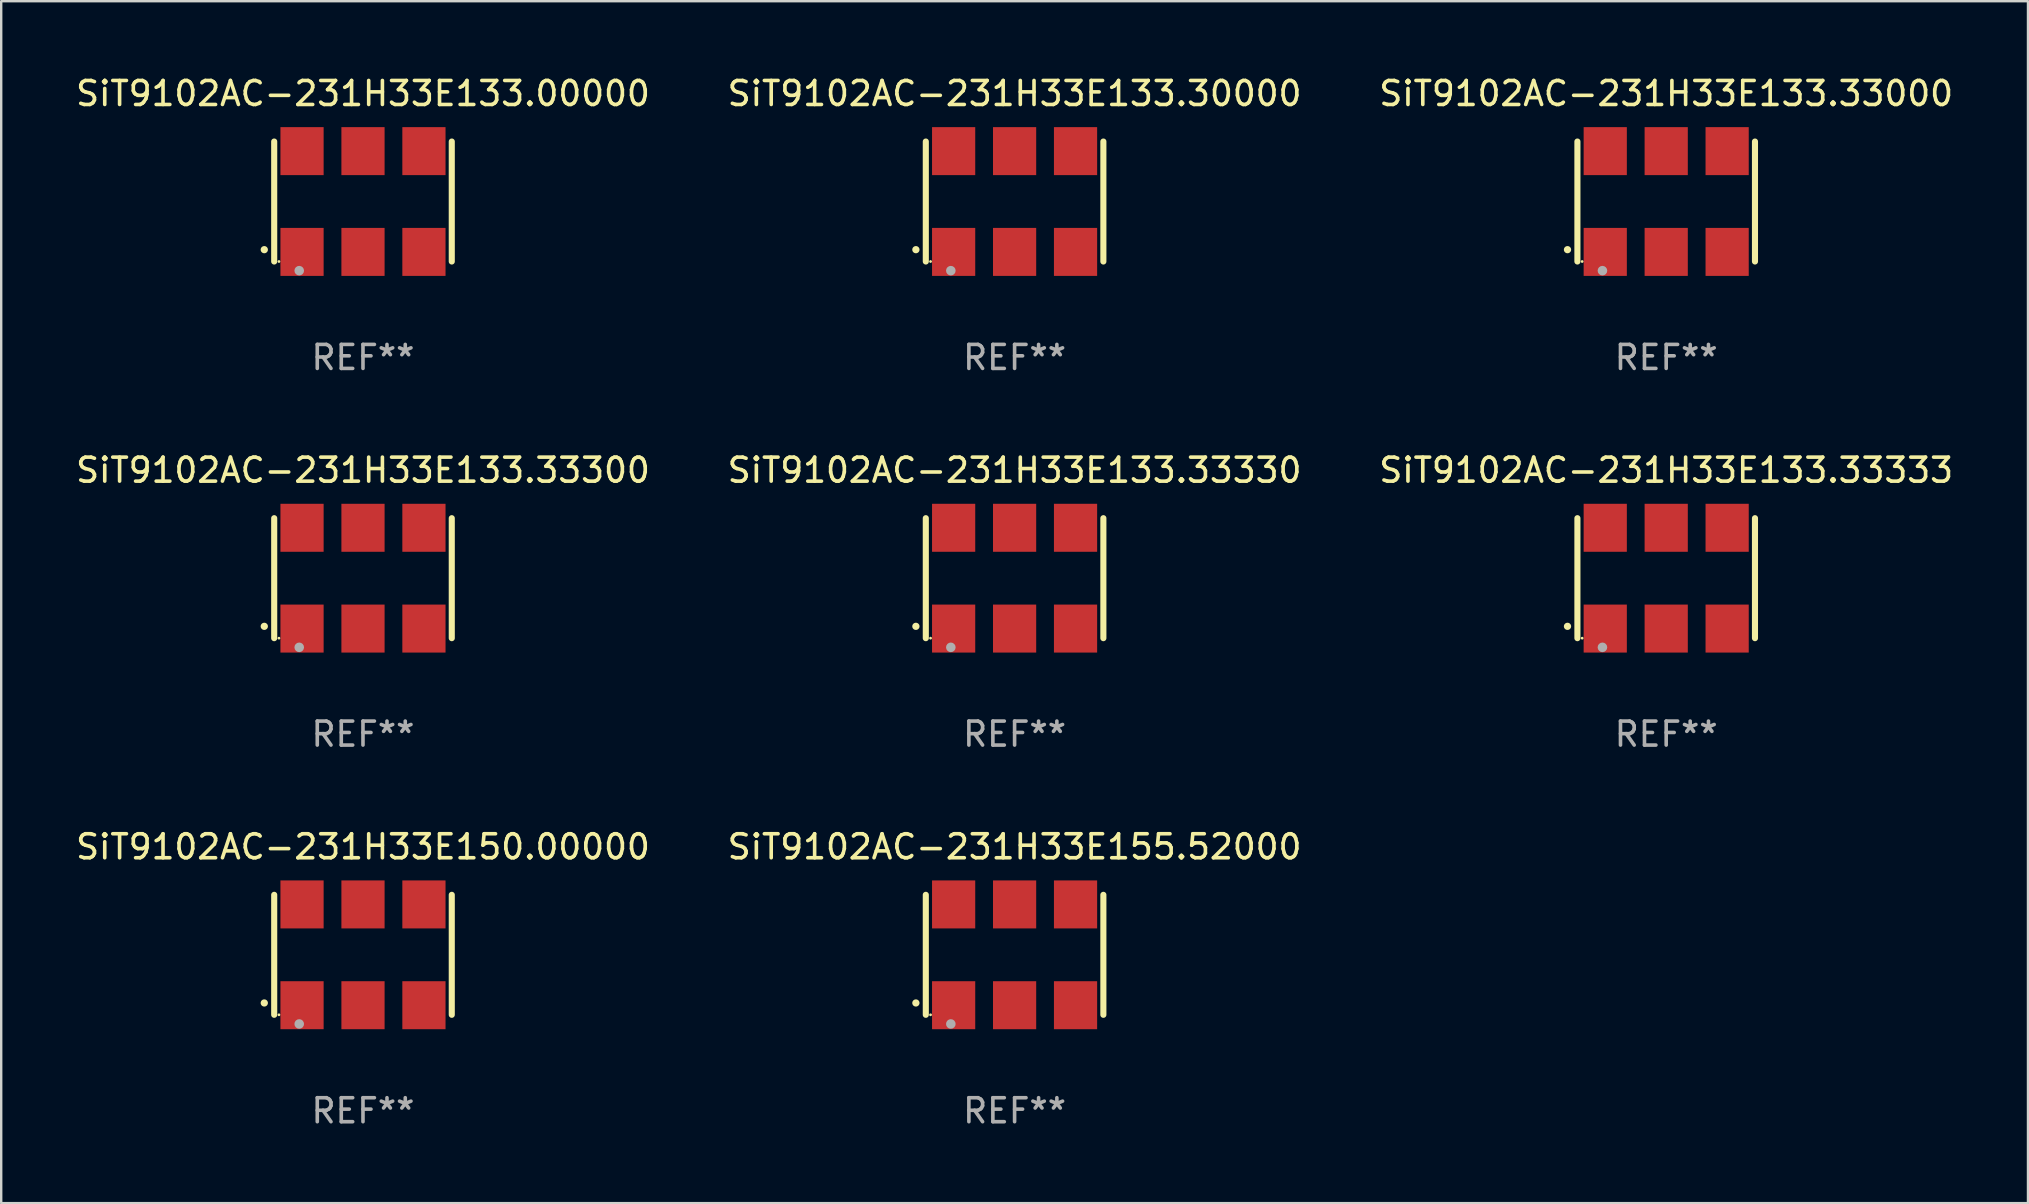
<source format=kicad_pcb>
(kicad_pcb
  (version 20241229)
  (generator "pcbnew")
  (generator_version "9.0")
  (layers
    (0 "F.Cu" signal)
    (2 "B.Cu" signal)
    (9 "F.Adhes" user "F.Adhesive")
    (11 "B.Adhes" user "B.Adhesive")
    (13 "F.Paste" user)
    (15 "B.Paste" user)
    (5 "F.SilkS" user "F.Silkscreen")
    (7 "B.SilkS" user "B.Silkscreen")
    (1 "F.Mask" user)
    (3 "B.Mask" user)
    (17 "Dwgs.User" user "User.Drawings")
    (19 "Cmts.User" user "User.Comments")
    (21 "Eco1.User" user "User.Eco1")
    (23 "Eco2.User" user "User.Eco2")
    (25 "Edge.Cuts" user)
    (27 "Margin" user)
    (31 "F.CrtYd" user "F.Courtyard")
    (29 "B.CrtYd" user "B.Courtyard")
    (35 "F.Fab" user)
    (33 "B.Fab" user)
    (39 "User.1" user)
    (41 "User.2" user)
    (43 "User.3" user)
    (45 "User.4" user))
  (footprint "SiT9102AC-231H33E133.33300"
    (layer "F.Cu")
    (at 12.077 21.045)
    (property "Reference" "SiT9102AC-231H33E133.33300" (at 0 -4.5 0) (layer "F.SilkS") (effects (font (size 1 1) (thickness 0.15))))
    (attr through_hole)
    (fp_line (start -3.7 -2.5) (end -3.7 2.5) (stroke (width 0.254) (type solid)) (layer "F.SilkS"))
    (fp_line (start 3.7 -2.5) (end 3.7 2.5) (stroke (width 0.254) (type solid)) (layer "F.SilkS"))
    (fp_arc (start -4.114415 2.006604) (mid -4.113145 2.006599) (end -4.111875 2.006604) (stroke (width 0.3) (type solid)) (layer "F.SilkS"))
    (fp_circle (center -3.502 2.5) (end -3.472 2.5) (stroke (width 0.06) (type solid)) (fill no) (layer "F.SilkS"))
    (fp_circle (center -2.657 2.882) (end -2.557 2.882) (stroke (width 0.2) (type solid)) (fill no) (layer "F.Fab"))
    (fp_text user "REF**" (at 0 6.5 0) (layer "F.Fab") (effects (font (size 1 1) (thickness 0.15))))
    (pad "1" smd rect (at -2.54 2.1) (size 1.8 2) (layers "F.Cu" "F.Mask" "F.Paste"))
    (pad "2" smd rect (at 0.000394 2.1) (size 1.8 2) (layers "F.Cu" "F.Mask" "F.Paste"))
    (pad "3" smd rect (at 2.54 2.1) (size 1.8 2) (layers "F.Cu" "F.Mask" "F.Paste"))
    (pad "4" smd rect (at 2.54 -2.1) (size 1.8 2) (layers "F.Cu" "F.Mask" "F.Paste"))
    (pad "5" smd rect (at 0.000394 -2.1) (size 1.8 2) (layers "F.Cu" "F.Mask" "F.Paste"))
    (pad "6" smd rect (at -2.54 -2.1) (size 1.8 2) (layers "F.Cu" "F.Mask" "F.Paste")))
  (footprint "SiT9102AC-231H33E155.52000"
    (layer "F.Cu")
    (at 39.232 36.741)
    (property "Reference" "SiT9102AC-231H33E155.52000" (at 0 -4.5 0) (layer "F.SilkS") (effects (font (size 1 1) (thickness 0.15))))
    (attr through_hole)
    (fp_line (start -3.7 -2.5) (end -3.7 2.5) (stroke (width 0.254) (type solid)) (layer "F.SilkS"))
    (fp_line (start 3.7 -2.5) (end 3.7 2.5) (stroke (width 0.254) (type solid)) (layer "F.SilkS"))
    (fp_arc (start -4.114415 2.006604) (mid -4.113145 2.006599) (end -4.111875 2.006604) (stroke (width 0.3) (type solid)) (layer "F.SilkS"))
    (fp_circle (center -3.502 2.5) (end -3.472 2.5) (stroke (width 0.06) (type solid)) (fill no) (layer "F.SilkS"))
    (fp_circle (center -2.657 2.882) (end -2.557 2.882) (stroke (width 0.2) (type solid)) (fill no) (layer "F.Fab"))
    (fp_text user "REF**" (at 0 6.5 0) (layer "F.Fab") (effects (font (size 1 1) (thickness 0.15))))
    (pad "1" smd rect (at -2.54 2.1) (size 1.8 2) (layers "F.Cu" "F.Mask" "F.Paste"))
    (pad "2" smd rect (at 0.000394 2.1) (size 1.8 2) (layers "F.Cu" "F.Mask" "F.Paste"))
    (pad "3" smd rect (at 2.54 2.1) (size 1.8 2) (layers "F.Cu" "F.Mask" "F.Paste"))
    (pad "4" smd rect (at 2.54 -2.1) (size 1.8 2) (layers "F.Cu" "F.Mask" "F.Paste"))
    (pad "5" smd rect (at 0.000394 -2.1) (size 1.8 2) (layers "F.Cu" "F.Mask" "F.Paste"))
    (pad "6" smd rect (at -2.54 -2.1) (size 1.8 2) (layers "F.Cu" "F.Mask" "F.Paste")))
  (footprint "SiT9102AC-231H33E133.00000"
    (layer "F.Cu")
    (at 12.077 5.348)
    (property "Reference" "SiT9102AC-231H33E133.00000" (at 0 -4.5 0) (layer "F.SilkS") (effects (font (size 1 1) (thickness 0.15))))
    (attr through_hole)
    (fp_line (start -3.7 -2.5) (end -3.7 2.5) (stroke (width 0.254) (type solid)) (layer "F.SilkS"))
    (fp_line (start 3.7 -2.5) (end 3.7 2.5) (stroke (width 0.254) (type solid)) (layer "F.SilkS"))
    (fp_arc (start -4.114415 2.006604) (mid -4.113145 2.006599) (end -4.111875 2.006604) (stroke (width 0.3) (type solid)) (layer "F.SilkS"))
    (fp_circle (center -3.502 2.5) (end -3.472 2.5) (stroke (width 0.06) (type solid)) (fill no) (layer "F.SilkS"))
    (fp_circle (center -2.657 2.882) (end -2.557 2.882) (stroke (width 0.2) (type solid)) (fill no) (layer "F.Fab"))
    (fp_text user "REF**" (at 0 6.5 0) (layer "F.Fab") (effects (font (size 1 1) (thickness 0.15))))
    (pad "1" smd rect (at -2.54 2.1) (size 1.8 2) (layers "F.Cu" "F.Mask" "F.Paste"))
    (pad "2" smd rect (at 0.000394 2.1) (size 1.8 2) (layers "F.Cu" "F.Mask" "F.Paste"))
    (pad "3" smd rect (at 2.54 2.1) (size 1.8 2) (layers "F.Cu" "F.Mask" "F.Paste"))
    (pad "4" smd rect (at 2.54 -2.1) (size 1.8 2) (layers "F.Cu" "F.Mask" "F.Paste"))
    (pad "5" smd rect (at 0.000394 -2.1) (size 1.8 2) (layers "F.Cu" "F.Mask" "F.Paste"))
    (pad "6" smd rect (at -2.54 -2.1) (size 1.8 2) (layers "F.Cu" "F.Mask" "F.Paste")))
  (footprint "SiT9102AC-231H33E133.33000"
    (layer "F.Cu")
    (at 66.387 5.348)
    (property "Reference" "SiT9102AC-231H33E133.33000" (at 0 -4.5 0) (layer "F.SilkS") (effects (font (size 1 1) (thickness 0.15))))
    (attr through_hole)
    (fp_line (start -3.7 -2.5) (end -3.7 2.5) (stroke (width 0.254) (type solid)) (layer "F.SilkS"))
    (fp_line (start 3.7 -2.5) (end 3.7 2.5) (stroke (width 0.254) (type solid)) (layer "F.SilkS"))
    (fp_arc (start -4.114415 2.006604) (mid -4.113145 2.006599) (end -4.111875 2.006604) (stroke (width 0.3) (type solid)) (layer "F.SilkS"))
    (fp_circle (center -3.502 2.5) (end -3.472 2.5) (stroke (width 0.06) (type solid)) (fill no) (layer "F.SilkS"))
    (fp_circle (center -2.657 2.882) (end -2.557 2.882) (stroke (width 0.2) (type solid)) (fill no) (layer "F.Fab"))
    (fp_text user "REF**" (at 0 6.5 0) (layer "F.Fab") (effects (font (size 1 1) (thickness 0.15))))
    (pad "1" smd rect (at -2.54 2.1) (size 1.8 2) (layers "F.Cu" "F.Mask" "F.Paste"))
    (pad "2" smd rect (at 0.000394 2.1) (size 1.8 2) (layers "F.Cu" "F.Mask" "F.Paste"))
    (pad "3" smd rect (at 2.54 2.1) (size 1.8 2) (layers "F.Cu" "F.Mask" "F.Paste"))
    (pad "4" smd rect (at 2.54 -2.1) (size 1.8 2) (layers "F.Cu" "F.Mask" "F.Paste"))
    (pad "5" smd rect (at 0.000394 -2.1) (size 1.8 2) (layers "F.Cu" "F.Mask" "F.Paste"))
    (pad "6" smd rect (at -2.54 -2.1) (size 1.8 2) (layers "F.Cu" "F.Mask" "F.Paste")))
  (footprint "SiT9102AC-231H33E150.00000"
    (layer "F.Cu")
    (at 12.077 36.741)
    (property "Reference" "SiT9102AC-231H33E150.00000" (at 0 -4.5 0) (layer "F.SilkS") (effects (font (size 1 1) (thickness 0.15))))
    (attr through_hole)
    (fp_line (start -3.7 -2.5) (end -3.7 2.5) (stroke (width 0.254) (type solid)) (layer "F.SilkS"))
    (fp_line (start 3.7 -2.5) (end 3.7 2.5) (stroke (width 0.254) (type solid)) (layer "F.SilkS"))
    (fp_arc (start -4.114415 2.006604) (mid -4.113145 2.006599) (end -4.111875 2.006604) (stroke (width 0.3) (type solid)) (layer "F.SilkS"))
    (fp_circle (center -3.502 2.5) (end -3.472 2.5) (stroke (width 0.06) (type solid)) (fill no) (layer "F.SilkS"))
    (fp_circle (center -2.657 2.882) (end -2.557 2.882) (stroke (width 0.2) (type solid)) (fill no) (layer "F.Fab"))
    (fp_text user "REF**" (at 0 6.5 0) (layer "F.Fab") (effects (font (size 1 1) (thickness 0.15))))
    (pad "1" smd rect (at -2.54 2.1) (size 1.8 2) (layers "F.Cu" "F.Mask" "F.Paste"))
    (pad "2" smd rect (at 0.000394 2.1) (size 1.8 2) (layers "F.Cu" "F.Mask" "F.Paste"))
    (pad "3" smd rect (at 2.54 2.1) (size 1.8 2) (layers "F.Cu" "F.Mask" "F.Paste"))
    (pad "4" smd rect (at 2.54 -2.1) (size 1.8 2) (layers "F.Cu" "F.Mask" "F.Paste"))
    (pad "5" smd rect (at 0.000394 -2.1) (size 1.8 2) (layers "F.Cu" "F.Mask" "F.Paste"))
    (pad "6" smd rect (at -2.54 -2.1) (size 1.8 2) (layers "F.Cu" "F.Mask" "F.Paste")))
  (footprint "SiT9102AC-231H33E133.33333"
    (layer "F.Cu")
    (at 66.387 21.045)
    (property "Reference" "SiT9102AC-231H33E133.33333" (at 0 -4.5 0) (layer "F.SilkS") (effects (font (size 1 1) (thickness 0.15))))
    (attr through_hole)
    (fp_line (start -3.7 -2.5) (end -3.7 2.5) (stroke (width 0.254) (type solid)) (layer "F.SilkS"))
    (fp_line (start 3.7 -2.5) (end 3.7 2.5) (stroke (width 0.254) (type solid)) (layer "F.SilkS"))
    (fp_arc (start -4.114415 2.006604) (mid -4.113145 2.006599) (end -4.111875 2.006604) (stroke (width 0.3) (type solid)) (layer "F.SilkS"))
    (fp_circle (center -3.502 2.5) (end -3.472 2.5) (stroke (width 0.06) (type solid)) (fill no) (layer "F.SilkS"))
    (fp_circle (center -2.657 2.882) (end -2.557 2.882) (stroke (width 0.2) (type solid)) (fill no) (layer "F.Fab"))
    (fp_text user "REF**" (at 0 6.5 0) (layer "F.Fab") (effects (font (size 1 1) (thickness 0.15))))
    (pad "1" smd rect (at -2.54 2.1) (size 1.8 2) (layers "F.Cu" "F.Mask" "F.Paste"))
    (pad "2" smd rect (at 0.000394 2.1) (size 1.8 2) (layers "F.Cu" "F.Mask" "F.Paste"))
    (pad "3" smd rect (at 2.54 2.1) (size 1.8 2) (layers "F.Cu" "F.Mask" "F.Paste"))
    (pad "4" smd rect (at 2.54 -2.1) (size 1.8 2) (layers "F.Cu" "F.Mask" "F.Paste"))
    (pad "5" smd rect (at 0.000394 -2.1) (size 1.8 2) (layers "F.Cu" "F.Mask" "F.Paste"))
    (pad "6" smd rect (at -2.54 -2.1) (size 1.8 2) (layers "F.Cu" "F.Mask" "F.Paste")))
  (footprint "SiT9102AC-231H33E133.30000"
    (layer "F.Cu")
    (at 39.232 5.348)
    (property "Reference" "SiT9102AC-231H33E133.30000" (at 0 -4.5 0) (layer "F.SilkS") (effects (font (size 1 1) (thickness 0.15))))
    (attr through_hole)
    (fp_line (start -3.7 -2.5) (end -3.7 2.5) (stroke (width 0.254) (type solid)) (layer "F.SilkS"))
    (fp_line (start 3.7 -2.5) (end 3.7 2.5) (stroke (width 0.254) (type solid)) (layer "F.SilkS"))
    (fp_arc (start -4.114415 2.006604) (mid -4.113145 2.006599) (end -4.111875 2.006604) (stroke (width 0.3) (type solid)) (layer "F.SilkS"))
    (fp_circle (center -3.502 2.5) (end -3.472 2.5) (stroke (width 0.06) (type solid)) (fill no) (layer "F.SilkS"))
    (fp_circle (center -2.657 2.882) (end -2.557 2.882) (stroke (width 0.2) (type solid)) (fill no) (layer "F.Fab"))
    (fp_text user "REF**" (at 0 6.5 0) (layer "F.Fab") (effects (font (size 1 1) (thickness 0.15))))
    (pad "1" smd rect (at -2.54 2.1) (size 1.8 2) (layers "F.Cu" "F.Mask" "F.Paste"))
    (pad "2" smd rect (at 0.000394 2.1) (size 1.8 2) (layers "F.Cu" "F.Mask" "F.Paste"))
    (pad "3" smd rect (at 2.54 2.1) (size 1.8 2) (layers "F.Cu" "F.Mask" "F.Paste"))
    (pad "4" smd rect (at 2.54 -2.1) (size 1.8 2) (layers "F.Cu" "F.Mask" "F.Paste"))
    (pad "5" smd rect (at 0.000394 -2.1) (size 1.8 2) (layers "F.Cu" "F.Mask" "F.Paste"))
    (pad "6" smd rect (at -2.54 -2.1) (size 1.8 2) (layers "F.Cu" "F.Mask" "F.Paste")))
  (footprint "SiT9102AC-231H33E133.33330"
    (layer "F.Cu")
    (at 39.232 21.045)
    (property "Reference" "SiT9102AC-231H33E133.33330" (at 0 -4.5 0) (layer "F.SilkS") (effects (font (size 1 1) (thickness 0.15))))
    (attr through_hole)
    (fp_line (start -3.7 -2.5) (end -3.7 2.5) (stroke (width 0.254) (type solid)) (layer "F.SilkS"))
    (fp_line (start 3.7 -2.5) (end 3.7 2.5) (stroke (width 0.254) (type solid)) (layer "F.SilkS"))
    (fp_arc (start -4.114415 2.006604) (mid -4.113145 2.006599) (end -4.111875 2.006604) (stroke (width 0.3) (type solid)) (layer "F.SilkS"))
    (fp_circle (center -3.502 2.5) (end -3.472 2.5) (stroke (width 0.06) (type solid)) (fill no) (layer "F.SilkS"))
    (fp_circle (center -2.657 2.882) (end -2.557 2.882) (stroke (width 0.2) (type solid)) (fill no) (layer "F.Fab"))
    (fp_text user "REF**" (at 0 6.5 0) (layer "F.Fab") (effects (font (size 1 1) (thickness 0.15))))
    (pad "1" smd rect (at -2.54 2.1) (size 1.8 2) (layers "F.Cu" "F.Mask" "F.Paste"))
    (pad "2" smd rect (at 0.000394 2.1) (size 1.8 2) (layers "F.Cu" "F.Mask" "F.Paste"))
    (pad "3" smd rect (at 2.54 2.1) (size 1.8 2) (layers "F.Cu" "F.Mask" "F.Paste"))
    (pad "4" smd rect (at 2.54 -2.1) (size 1.8 2) (layers "F.Cu" "F.Mask" "F.Paste"))
    (pad "5" smd rect (at 0.000394 -2.1) (size 1.8 2) (layers "F.Cu" "F.Mask" "F.Paste"))
    (pad "6" smd rect (at -2.54 -2.1) (size 1.8 2) (layers "F.Cu" "F.Mask" "F.Paste")))
  (gr_rect
    (start -3 -3)
    (end 81.464 47.09)
    (stroke (width 0.1) (type default))
    (fill no)
    (layer "Edge.Cuts")))
</source>
